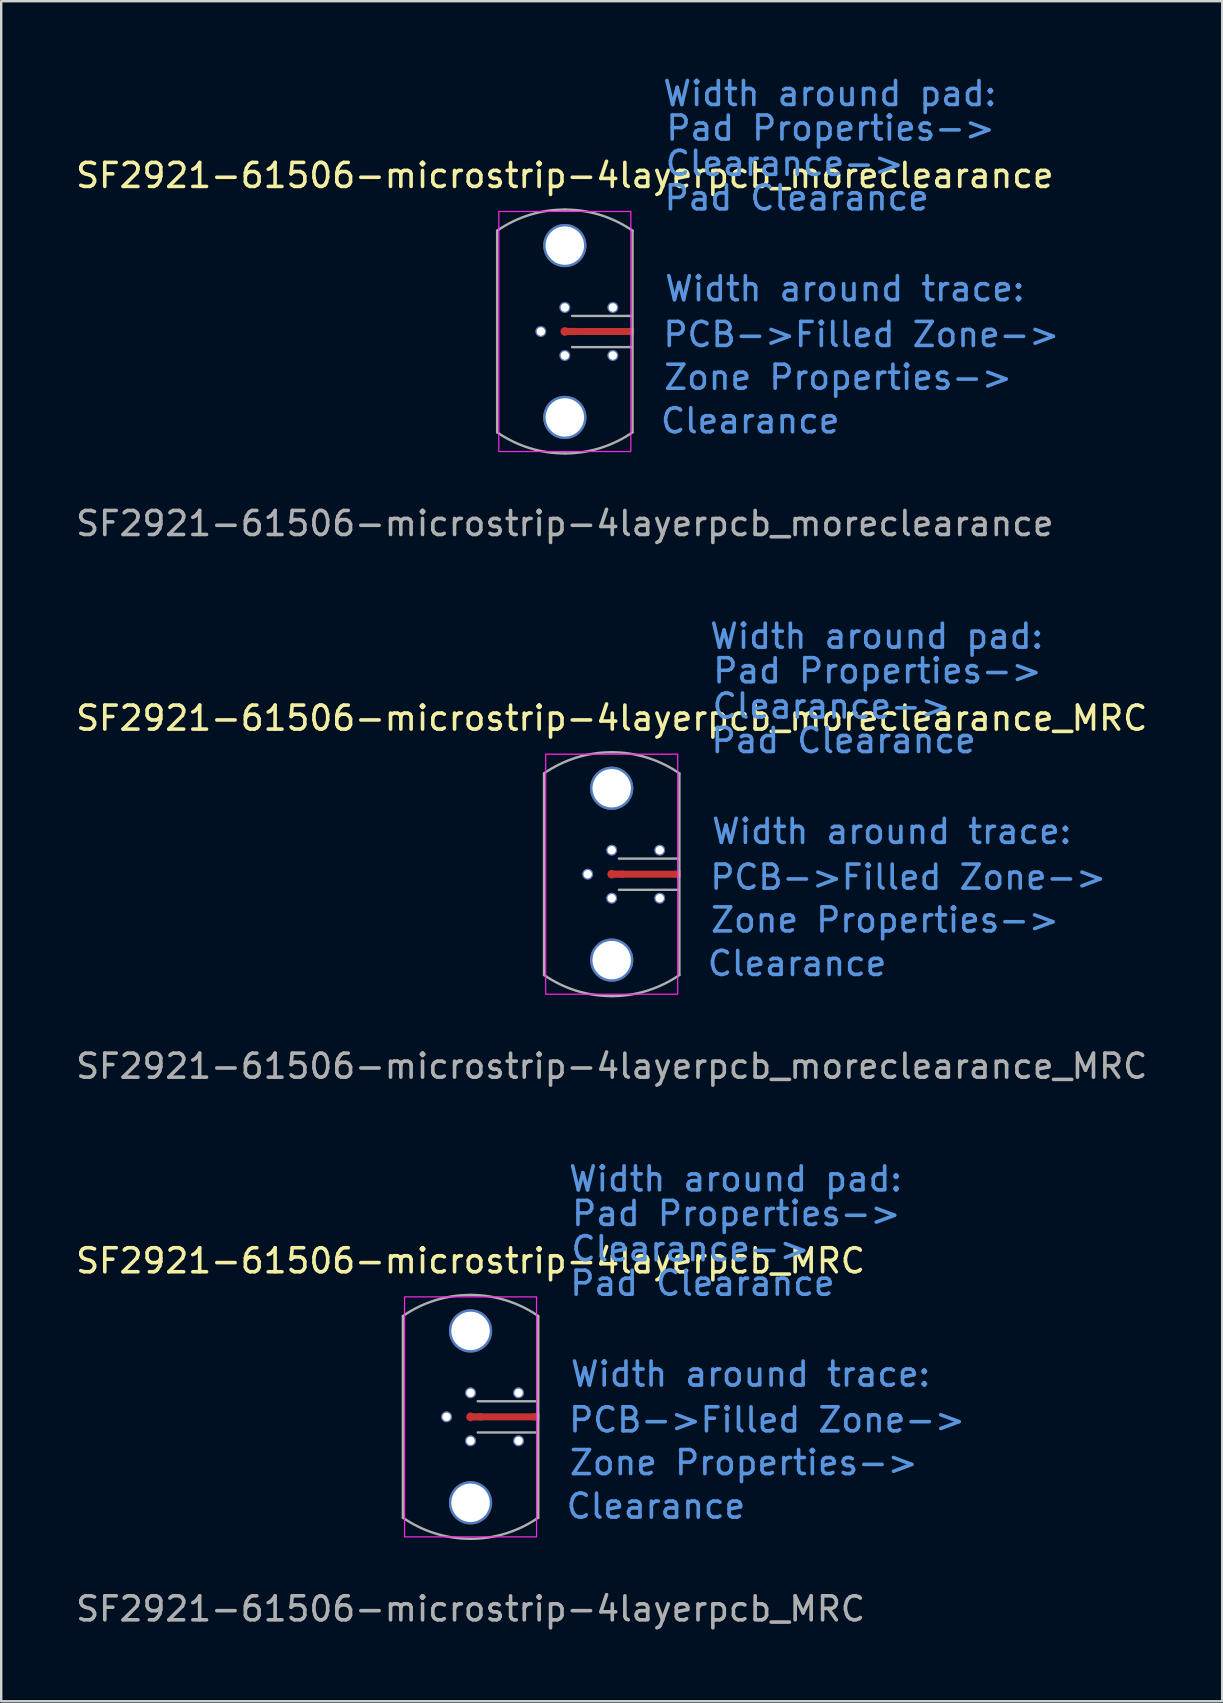
<source format=kicad_pcb>
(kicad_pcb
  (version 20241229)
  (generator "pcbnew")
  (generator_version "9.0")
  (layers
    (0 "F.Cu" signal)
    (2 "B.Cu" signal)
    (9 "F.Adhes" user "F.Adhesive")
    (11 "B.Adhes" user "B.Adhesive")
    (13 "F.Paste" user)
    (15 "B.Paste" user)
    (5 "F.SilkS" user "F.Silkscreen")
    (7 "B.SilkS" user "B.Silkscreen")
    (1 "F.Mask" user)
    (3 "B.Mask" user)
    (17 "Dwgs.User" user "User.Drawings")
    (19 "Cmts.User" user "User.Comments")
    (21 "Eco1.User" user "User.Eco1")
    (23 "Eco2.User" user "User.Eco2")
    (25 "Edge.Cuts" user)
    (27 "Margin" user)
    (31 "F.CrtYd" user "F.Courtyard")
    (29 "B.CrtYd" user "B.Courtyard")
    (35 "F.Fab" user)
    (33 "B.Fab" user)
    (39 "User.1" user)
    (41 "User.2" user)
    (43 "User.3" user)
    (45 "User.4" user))
  (footprint "SF2921-61506-microstrip-4layerpcb_moreclearance_MRC"
    (layer "F.Cu")
    (at 22.435 33.37)
    (property "Reference" "SF2921-61506-microstrip-4layerpcb_moreclearance_MRC" (at 0 -6.5 0) (unlocked yes) (layer "F.SilkS") (effects (font (size 1 1) (thickness 0.15))))
    (fp_poly (pts (xy -0.031 -0.031) (xy 2.846 -0.031) (xy 2.846 4.221) (xy 2.627 4.378) (xy 2.314 4.565) (xy 2.033 4.691) (xy 1.532 4.878) (xy 1.032 5.003) (xy 0.657 5.066) (xy 0.094 5.097) (xy -0.031 5.097)) (stroke (width 0.12) (type solid)) (fill yes) (layer "F.Mask"))
    (fp_poly (pts (xy -0.031 0.031) (xy 2.846 0.031) (xy 2.846 -4.221) (xy 2.627 -4.378) (xy 2.314 -4.565) (xy 2.033 -4.691) (xy 1.532 -4.878) (xy 1.032 -5.003) (xy 0.657 -5.066) (xy 0.094 -5.097) (xy -0.031 -5.097)) (stroke (width 0.12) (type solid)) (fill yes) (layer "F.Mask"))
    (fp_poly (pts (xy 0.031 -0.031) (xy -2.846 -0.031) (xy -2.846 4.221) (xy -2.627 4.378) (xy -2.314 4.565) (xy -2.033 4.691) (xy -1.532 4.878) (xy -1.032 5.003) (xy -0.657 5.066) (xy -0.094 5.097) (xy 0.031 5.097)) (stroke (width 0.12) (type solid)) (fill yes) (layer "F.Mask"))
    (fp_poly (pts (xy 0.031 0.031) (xy -2.846 0.031) (xy -2.846 -4.221) (xy -2.627 -4.378) (xy -2.314 -4.565) (xy -2.033 -4.691) (xy -1.532 -4.878) (xy -1.032 -5.003) (xy -0.657 -5.066) (xy -0.094 -5.097) (xy 0.031 -5.097)) (stroke (width 0.12) (type solid)) (fill yes) (layer "F.Mask"))
    (fp_poly (pts (xy -0.031 -0.031) (xy 2.846 -0.031) (xy 2.846 4.221) (xy 2.627 4.378) (xy 2.314 4.565) (xy 2.033 4.691) (xy 1.532 4.878) (xy 1.032 5.003) (xy 0.657 5.066) (xy 0.094 5.097) (xy -0.031 5.097)) (stroke (width 0.12) (type solid)) (fill yes) (layer "B.Mask"))
    (fp_poly (pts (xy -0.031 0.031) (xy 2.846 0.031) (xy 2.846 -4.221) (xy 2.627 -4.378) (xy 2.314 -4.565) (xy 2.033 -4.691) (xy 1.532 -4.878) (xy 1.032 -5.003) (xy 0.657 -5.066) (xy 0.094 -5.097) (xy -0.031 -5.097)) (stroke (width 0.12) (type solid)) (fill yes) (layer "B.Mask"))
    (fp_poly (pts (xy 0.031 -0.031) (xy -2.846 -0.031) (xy -2.846 4.221) (xy -2.627 4.378) (xy -2.314 4.565) (xy -2.033 4.691) (xy -1.532 4.878) (xy -1.032 5.003) (xy -0.657 5.066) (xy -0.094 5.097) (xy 0.031 5.097)) (stroke (width 0.12) (type solid)) (fill yes) (layer "B.Mask"))
    (fp_poly (pts (xy 0.031 0.031) (xy -2.846 0.031) (xy -2.846 -4.221) (xy -2.627 -4.378) (xy -2.314 -4.565) (xy -2.033 -4.691) (xy -1.532 -4.878) (xy -1.032 -5.003) (xy -0.657 -5.066) (xy -0.094 -5.097) (xy 0.031 -5.097)) (stroke (width 0.12) (type solid)) (fill yes) (layer "B.Mask"))
    (fp_rect (start -2.75 -5) (end 2.75 5) (stroke (width 0.05) (type solid)) (fill no) (layer "F.CrtYd"))
    (fp_line (start -2.82 4.2) (end -2.82 -4.2) (stroke (width 0.1) (type solid)) (layer "F.Fab"))
    (fp_line (start 2.8 -0.65) (end 0.3 -0.65) (stroke (width 0.1) (type solid)) (layer "F.Fab"))
    (fp_line (start 2.8 0.65) (end 0.3 0.65) (stroke (width 0.1) (type solid)) (layer "F.Fab"))
    (fp_line (start 2.82 4.2) (end 2.82 -4.2) (stroke (width 0.1) (type solid)) (layer "F.Fab"))
    (fp_arc (start -2.82 -4.2) (mid -1.477058 -4.85489) (end 0 -5.08) (stroke (width 0.1) (type solid)) (layer "F.Fab"))
    (fp_arc (start 0 -5.08) (mid 1.477058 -4.85489) (end 2.82 -4.2) (stroke (width 0.1) (type solid)) (layer "F.Fab"))
    (fp_arc (start 0 5.08) (mid -1.477058 4.85489) (end -2.82 4.2) (stroke (width 0.1) (type solid)) (layer "F.Fab"))
    (fp_arc (start 2.82 4.2) (mid 1.477058 4.85489) (end 0 5.08) (stroke (width 0.1) (type solid)) (layer "F.Fab"))
    (fp_text user "Width around pad:" (at 11.038 -9.913 0) (unlocked yes) (layer "Cmts.User") (effects (font (size 1 1) (thickness 0.15))))
    (fp_text user "Zone Properties->" (at 11.382 1.907 0) (unlocked yes) (layer "Cmts.User") (effects (font (size 1 1) (thickness 0.15))))
    (fp_text user "Pad Properties->" (at 11.07 -8.474 0) (unlocked yes) (layer "Cmts.User") (effects (font (size 1 1) (thickness 0.15))))
    (fp_text user "Clearance->" (at 9.162 -7.004 0) (unlocked yes) (layer "Cmts.User") (effects (font (size 1 1) (thickness 0.15))))
    (fp_text user "Pad Clearance" (at 9.662 -5.566 0) (unlocked yes) (layer "Cmts.User") (effects (font (size 1 1) (thickness 0.15))))
    (fp_text user "Clearance" (at 7.724 3.721 0) (unlocked yes) (layer "Cmts.User") (effects (font (size 1 1) (thickness 0.15))))
    (fp_text user "Width around trace:" (at 11.664 -1.782 0) (unlocked yes) (layer "Cmts.User") (effects (font (size 1 1) (thickness 0.15))))
    (fp_text user "PCB->Filled Zone->" (at 12.352 0.125 0) (unlocked yes) (layer "Cmts.User") (effects (font (size 1 1) (thickness 0.15))))
    (fp_text user "${REFERENCE}" (at 0 8 0) (unlocked yes) (layer "F.Fab") (effects (font (size 1 1) (thickness 0.15))))
    (pad "1" smd circle (at 0 0) (size 0.36 0.36) (layers "F.Cu" "F.Mask"))
    (pad "1" smd rect (at 0.3 0) (size 0.4 0.3) (layers "F.Cu" "F.Mask"))
    (pad "1" smd rect (at 1.6 0) (size 2.55 0.29) (layers "F.Cu" "F.Mask"))
    (pad "1" smd rect (at 2.7 0) (size 0.2 0.29) (layers "F.Cu" "F.Mask"))
    (pad "2" thru_hole circle (at -1 0) (size 0.45 0.45) (drill 0.35) (layers "*.Cu" "*.Mask") (remove_unused_layers yes) (keep_end_layers yes) (zone_layer_connections))
    (pad "2" thru_hole circle (at 0 -3.58) (size 1.8 1.8) (drill 1.6) (layers "*.Cu" "*.Mask") (remove_unused_layers yes) (keep_end_layers yes) (zone_layer_connections))
    (pad "2" thru_hole circle (at 0 -1) (size 0.45 0.45) (drill 0.35) (layers "*.Cu" "*.Mask") (remove_unused_layers yes) (keep_end_layers yes) (zone_layer_connections))
    (pad "2" thru_hole circle (at 0 1) (size 0.45 0.45) (drill 0.35) (layers "*.Cu" "*.Mask") (remove_unused_layers yes) (keep_end_layers yes) (zone_layer_connections))
    (pad "2" thru_hole circle (at 0 3.58) (size 1.8 1.8) (drill 1.6) (layers "*.Cu" "*.Mask") (remove_unused_layers yes) (keep_end_layers yes) (zone_layer_connections))
    (pad "2" thru_hole circle (at 2 -1) (size 0.45 0.45) (drill 0.35) (layers "*.Cu" "*.Mask") (remove_unused_layers yes) (keep_end_layers yes) (zone_layer_connections))
    (pad "2" thru_hole circle (at 2 1) (size 0.45 0.45) (drill 0.35) (layers "*.Cu" "*.Mask") (remove_unused_layers yes) (keep_end_layers yes) (zone_layer_connections)))
  (footprint "SF2921-61506-microstrip-4layerpcb_moreclearance"
    (layer "F.Cu")
    (at 20.482 10.761)
    (property "Reference" "SF2921-61506-microstrip-4layerpcb_moreclearance" (at 0 -6.5 0) (unlocked yes) (layer "F.SilkS") (effects (font (size 1 1) (thickness 0.15))))
    (fp_poly (pts (xy -0.031 -0.031) (xy 2.846 -0.031) (xy 2.846 4.221) (xy 2.627 4.378) (xy 2.314 4.565) (xy 2.033 4.691) (xy 1.532 4.878) (xy 1.032 5.003) (xy 0.657 5.066) (xy 0.094 5.097) (xy -0.031 5.097)) (stroke (width 0.12) (type solid)) (fill yes) (layer "F.Mask"))
    (fp_poly (pts (xy -0.031 0.031) (xy 2.846 0.031) (xy 2.846 -4.221) (xy 2.627 -4.378) (xy 2.314 -4.565) (xy 2.033 -4.691) (xy 1.532 -4.878) (xy 1.032 -5.003) (xy 0.657 -5.066) (xy 0.094 -5.097) (xy -0.031 -5.097)) (stroke (width 0.12) (type solid)) (fill yes) (layer "F.Mask"))
    (fp_poly (pts (xy 0.031 -0.031) (xy -2.846 -0.031) (xy -2.846 4.221) (xy -2.627 4.378) (xy -2.314 4.565) (xy -2.033 4.691) (xy -1.532 4.878) (xy -1.032 5.003) (xy -0.657 5.066) (xy -0.094 5.097) (xy 0.031 5.097)) (stroke (width 0.12) (type solid)) (fill yes) (layer "F.Mask"))
    (fp_poly (pts (xy 0.031 0.031) (xy -2.846 0.031) (xy -2.846 -4.221) (xy -2.627 -4.378) (xy -2.314 -4.565) (xy -2.033 -4.691) (xy -1.532 -4.878) (xy -1.032 -5.003) (xy -0.657 -5.066) (xy -0.094 -5.097) (xy 0.031 -5.097)) (stroke (width 0.12) (type solid)) (fill yes) (layer "F.Mask"))
    (fp_poly (pts (xy -0.031 -0.031) (xy 2.846 -0.031) (xy 2.846 4.221) (xy 2.627 4.378) (xy 2.314 4.565) (xy 2.033 4.691) (xy 1.532 4.878) (xy 1.032 5.003) (xy 0.657 5.066) (xy 0.094 5.097) (xy -0.031 5.097)) (stroke (width 0.12) (type solid)) (fill yes) (layer "B.Mask"))
    (fp_poly (pts (xy -0.031 0.031) (xy 2.846 0.031) (xy 2.846 -4.221) (xy 2.627 -4.378) (xy 2.314 -4.565) (xy 2.033 -4.691) (xy 1.532 -4.878) (xy 1.032 -5.003) (xy 0.657 -5.066) (xy 0.094 -5.097) (xy -0.031 -5.097)) (stroke (width 0.12) (type solid)) (fill yes) (layer "B.Mask"))
    (fp_poly (pts (xy 0.031 -0.031) (xy -2.846 -0.031) (xy -2.846 4.221) (xy -2.627 4.378) (xy -2.314 4.565) (xy -2.033 4.691) (xy -1.532 4.878) (xy -1.032 5.003) (xy -0.657 5.066) (xy -0.094 5.097) (xy 0.031 5.097)) (stroke (width 0.12) (type solid)) (fill yes) (layer "B.Mask"))
    (fp_poly (pts (xy 0.031 0.031) (xy -2.846 0.031) (xy -2.846 -4.221) (xy -2.627 -4.378) (xy -2.314 -4.565) (xy -2.033 -4.691) (xy -1.532 -4.878) (xy -1.032 -5.003) (xy -0.657 -5.066) (xy -0.094 -5.097) (xy 0.031 -5.097)) (stroke (width 0.12) (type solid)) (fill yes) (layer "B.Mask"))
    (fp_rect (start -2.75 -5) (end 2.75 5) (stroke (width 0.05) (type solid)) (fill no) (layer "F.CrtYd"))
    (fp_line (start -2.82 4.2) (end -2.82 -4.2) (stroke (width 0.1) (type solid)) (layer "F.Fab"))
    (fp_line (start 2.8 -0.65) (end 0.3 -0.65) (stroke (width 0.1) (type solid)) (layer "F.Fab"))
    (fp_line (start 2.8 0.65) (end 0.3 0.65) (stroke (width 0.1) (type solid)) (layer "F.Fab"))
    (fp_line (start 2.82 4.2) (end 2.82 -4.2) (stroke (width 0.1) (type solid)) (layer "F.Fab"))
    (fp_arc (start -2.82 -4.2) (mid -1.477058 -4.85489) (end 0 -5.08) (stroke (width 0.1) (type solid)) (layer "F.Fab"))
    (fp_arc (start 0 -5.08) (mid 1.477058 -4.85489) (end 2.82 -4.2) (stroke (width 0.1) (type solid)) (layer "F.Fab"))
    (fp_arc (start 0 5.08) (mid -1.477058 4.85489) (end -2.82 4.2) (stroke (width 0.1) (type solid)) (layer "F.Fab"))
    (fp_arc (start 2.82 4.2) (mid 1.477058 4.85489) (end 0 5.08) (stroke (width 0.1) (type solid)) (layer "F.Fab"))
    (fp_text user "Pad Properties->" (at 11.07 -8.474 0) (unlocked yes) (layer "Cmts.User") (effects (font (size 1 1) (thickness 0.15))))
    (fp_text user "Pad Clearance" (at 9.662 -5.566 0) (unlocked yes) (layer "Cmts.User") (effects (font (size 1 1) (thickness 0.15))))
    (fp_text user "Width around trace:" (at 11.664 -1.782 0) (unlocked yes) (layer "Cmts.User") (effects (font (size 1 1) (thickness 0.15))))
    (fp_text user "PCB->Filled Zone->" (at 12.352 0.125 0) (unlocked yes) (layer "Cmts.User") (effects (font (size 1 1) (thickness 0.15))))
    (fp_text user "Width around pad:" (at 11.038 -9.913 0) (unlocked yes) (layer "Cmts.User") (effects (font (size 1 1) (thickness 0.15))))
    (fp_text user "Zone Properties->" (at 11.382 1.907 0) (unlocked yes) (layer "Cmts.User") (effects (font (size 1 1) (thickness 0.15))))
    (fp_text user "Clearance->" (at 9.162 -7.004 0) (unlocked yes) (layer "Cmts.User") (effects (font (size 1 1) (thickness 0.15))))
    (fp_text user "Clearance" (at 7.724 3.721 0) (unlocked yes) (layer "Cmts.User") (effects (font (size 1 1) (thickness 0.15))))
    (fp_text user "${REFERENCE}" (at 0 8 0) (unlocked yes) (layer "F.Fab") (effects (font (size 1 1) (thickness 0.15))))
    (pad "1" smd circle (at 0 0) (size 0.36 0.36) (layers "F.Cu" "F.Mask"))
    (pad "1" smd rect (at 0.3 0) (size 0.4 0.3) (layers "F.Cu" "F.Mask"))
    (pad "1" smd rect (at 1.6 0) (size 2.55 0.29) (layers "F.Cu" "F.Mask"))
    (pad "1" smd rect (at 2.7 0) (size 0.2 0.29) (layers "F.Cu" "F.Mask"))
    (pad "2" thru_hole circle (at -1 0) (size 0.45 0.45) (drill 0.35) (layers "*.Cu" "*.Mask") (remove_unused_layers yes) (keep_end_layers yes) (zone_layer_connections))
    (pad "2" thru_hole circle (at 0 -3.58) (size 1.8 1.8) (drill 1.6) (layers "*.Cu" "*.Mask") (remove_unused_layers yes) (keep_end_layers yes) (zone_layer_connections))
    (pad "2" thru_hole circle (at 0 -1) (size 0.45 0.45) (drill 0.35) (layers "*.Cu" "*.Mask") (remove_unused_layers yes) (keep_end_layers yes) (zone_layer_connections))
    (pad "2" thru_hole circle (at 0 1) (size 0.45 0.45) (drill 0.35) (layers "*.Cu" "*.Mask") (remove_unused_layers yes) (keep_end_layers yes) (zone_layer_connections))
    (pad "2" thru_hole circle (at 0 3.58) (size 1.8 1.8) (drill 1.6) (layers "*.Cu" "*.Mask") (remove_unused_layers yes) (keep_end_layers yes) (zone_layer_connections))
    (pad "2" thru_hole circle (at 2 -1) (size 0.45 0.45) (drill 0.35) (layers "*.Cu" "*.Mask") (remove_unused_layers yes) (keep_end_layers yes) (zone_layer_connections))
    (pad "2" thru_hole circle (at 2 1) (size 0.45 0.45) (drill 0.35) (layers "*.Cu" "*.Mask") (remove_unused_layers yes) (keep_end_layers yes) (zone_layer_connections)))
  (footprint "SF2921-61506-microstrip-4layerpcb_MRC"
    (layer "F.Cu")
    (at 16.554 55.979)
    (property "Reference" "SF2921-61506-microstrip-4layerpcb_MRC" (at 0 -6.5 0) (unlocked yes) (layer "F.SilkS") (effects (font (size 1 1) (thickness 0.15))))
    (fp_poly (pts (xy -0.031 -0.031) (xy 2.846 -0.031) (xy 2.846 4.221) (xy 2.627 4.378) (xy 2.314 4.565) (xy 2.033 4.691) (xy 1.532 4.878) (xy 1.032 5.003) (xy 0.657 5.066) (xy 0.094 5.097) (xy -0.031 5.097)) (stroke (width 0.12) (type solid)) (fill yes) (layer "F.Mask"))
    (fp_poly (pts (xy -0.031 0.031) (xy 2.846 0.031) (xy 2.846 -4.221) (xy 2.627 -4.378) (xy 2.314 -4.565) (xy 2.033 -4.691) (xy 1.532 -4.878) (xy 1.032 -5.003) (xy 0.657 -5.066) (xy 0.094 -5.097) (xy -0.031 -5.097)) (stroke (width 0.12) (type solid)) (fill yes) (layer "F.Mask"))
    (fp_poly (pts (xy 0.031 -0.031) (xy -2.846 -0.031) (xy -2.846 4.221) (xy -2.627 4.378) (xy -2.314 4.565) (xy -2.033 4.691) (xy -1.532 4.878) (xy -1.032 5.003) (xy -0.657 5.066) (xy -0.094 5.097) (xy 0.031 5.097)) (stroke (width 0.12) (type solid)) (fill yes) (layer "F.Mask"))
    (fp_poly (pts (xy 0.031 0.031) (xy -2.846 0.031) (xy -2.846 -4.221) (xy -2.627 -4.378) (xy -2.314 -4.565) (xy -2.033 -4.691) (xy -1.532 -4.878) (xy -1.032 -5.003) (xy -0.657 -5.066) (xy -0.094 -5.097) (xy 0.031 -5.097)) (stroke (width 0.12) (type solid)) (fill yes) (layer "F.Mask"))
    (fp_poly (pts (xy -0.031 -0.031) (xy 2.846 -0.031) (xy 2.846 4.221) (xy 2.627 4.378) (xy 2.314 4.565) (xy 2.033 4.691) (xy 1.532 4.878) (xy 1.032 5.003) (xy 0.657 5.066) (xy 0.094 5.097) (xy -0.031 5.097)) (stroke (width 0.12) (type solid)) (fill yes) (layer "B.Mask"))
    (fp_poly (pts (xy -0.031 0.031) (xy 2.846 0.031) (xy 2.846 -4.221) (xy 2.627 -4.378) (xy 2.314 -4.565) (xy 2.033 -4.691) (xy 1.532 -4.878) (xy 1.032 -5.003) (xy 0.657 -5.066) (xy 0.094 -5.097) (xy -0.031 -5.097)) (stroke (width 0.12) (type solid)) (fill yes) (layer "B.Mask"))
    (fp_poly (pts (xy 0.031 -0.031) (xy -2.846 -0.031) (xy -2.846 4.221) (xy -2.627 4.378) (xy -2.314 4.565) (xy -2.033 4.691) (xy -1.532 4.878) (xy -1.032 5.003) (xy -0.657 5.066) (xy -0.094 5.097) (xy 0.031 5.097)) (stroke (width 0.12) (type solid)) (fill yes) (layer "B.Mask"))
    (fp_poly (pts (xy 0.031 0.031) (xy -2.846 0.031) (xy -2.846 -4.221) (xy -2.627 -4.378) (xy -2.314 -4.565) (xy -2.033 -4.691) (xy -1.532 -4.878) (xy -1.032 -5.003) (xy -0.657 -5.066) (xy -0.094 -5.097) (xy 0.031 -5.097)) (stroke (width 0.12) (type solid)) (fill yes) (layer "B.Mask"))
    (fp_rect (start -2.75 -5) (end 2.75 5) (stroke (width 0.05) (type solid)) (fill no) (layer "F.CrtYd"))
    (fp_line (start -2.82 4.2) (end -2.82 -4.2) (stroke (width 0.1) (type solid)) (layer "F.Fab"))
    (fp_line (start 2.8 -0.65) (end 0.3 -0.65) (stroke (width 0.1) (type solid)) (layer "F.Fab"))
    (fp_line (start 2.8 0.65) (end 0.3 0.65) (stroke (width 0.1) (type solid)) (layer "F.Fab"))
    (fp_line (start 2.82 4.2) (end 2.82 -4.2) (stroke (width 0.1) (type solid)) (layer "F.Fab"))
    (fp_arc (start -2.82 -4.2) (mid -1.477058 -4.85489) (end 0 -5.08) (stroke (width 0.1) (type solid)) (layer "F.Fab"))
    (fp_arc (start 0 -5.08) (mid 1.477058 -4.85489) (end 2.82 -4.2) (stroke (width 0.1) (type solid)) (layer "F.Fab"))
    (fp_arc (start 0 5.08) (mid -1.477058 4.85489) (end -2.82 4.2) (stroke (width 0.1) (type solid)) (layer "F.Fab"))
    (fp_arc (start 2.82 4.2) (mid 1.477058 4.85489) (end 0 5.08) (stroke (width 0.1) (type solid)) (layer "F.Fab"))
    (fp_text user "Zone Properties->" (at 11.382 1.907 0) (unlocked yes) (layer "Cmts.User") (effects (font (size 1 1) (thickness 0.15))))
    (fp_text user "Clearance->" (at 9.162 -7.004 0) (unlocked yes) (layer "Cmts.User") (effects (font (size 1 1) (thickness 0.15))))
    (fp_text user "Width around pad:" (at 11.038 -9.913 0) (unlocked yes) (layer "Cmts.User") (effects (font (size 1 1) (thickness 0.15))))
    (fp_text user "PCB->Filled Zone->" (at 12.352 0.125 0) (unlocked yes) (layer "Cmts.User") (effects (font (size 1 1) (thickness 0.15))))
    (fp_text user "Clearance" (at 7.724 3.721 0) (unlocked yes) (layer "Cmts.User") (effects (font (size 1 1) (thickness 0.15))))
    (fp_text user "Pad Properties->" (at 11.07 -8.474 0) (unlocked yes) (layer "Cmts.User") (effects (font (size 1 1) (thickness 0.15))))
    (fp_text user "Width around trace:" (at 11.664 -1.782 0) (unlocked yes) (layer "Cmts.User") (effects (font (size 1 1) (thickness 0.15))))
    (fp_text user "Pad Clearance" (at 9.662 -5.566 0) (unlocked yes) (layer "Cmts.User") (effects (font (size 1 1) (thickness 0.15))))
    (fp_text user "${REFERENCE}" (at 0 8 0) (unlocked yes) (layer "F.Fab") (effects (font (size 1 1) (thickness 0.15))))
    (pad "1" smd circle (at 0 0) (size 0.36 0.36) (layers "F.Cu" "F.Mask"))
    (pad "1" smd rect (at 0.3 0) (size 0.4 0.3) (layers "F.Cu" "F.Mask"))
    (pad "1" smd rect (at 1.6 0) (size 2.55 0.29) (layers "F.Cu" "F.Mask"))
    (pad "1" smd rect (at 2.7 0) (size 0.2 0.29) (layers "F.Cu" "F.Mask"))
    (pad "2" thru_hole circle (at -1 0) (size 0.45 0.45) (drill 0.35) (layers "*.Cu" "*.Mask") (remove_unused_layers yes) (keep_end_layers yes) (zone_layer_connections))
    (pad "2" thru_hole circle (at 0 -3.58) (size 1.8 1.8) (drill 1.6) (layers "*.Cu" "*.Mask") (remove_unused_layers yes) (keep_end_layers yes) (zone_layer_connections))
    (pad "2" thru_hole circle (at 0 -1) (size 0.45 0.45) (drill 0.35) (layers "*.Cu" "*.Mask") (remove_unused_layers yes) (keep_end_layers yes) (zone_layer_connections))
    (pad "2" thru_hole circle (at 0 1) (size 0.45 0.45) (drill 0.35) (layers "*.Cu" "*.Mask") (remove_unused_layers yes) (keep_end_layers yes) (zone_layer_connections))
    (pad "2" thru_hole circle (at 0 3.58) (size 1.8 1.8) (drill 1.6) (layers "*.Cu" "*.Mask") (remove_unused_layers yes) (keep_end_layers yes) (zone_layer_connections))
    (pad "2" thru_hole circle (at 2 -1) (size 0.45 0.45) (drill 0.35) (layers "*.Cu" "*.Mask") (remove_unused_layers yes) (keep_end_layers yes) (zone_layer_connections))
    (pad "2" thru_hole circle (at 2 1) (size 0.45 0.45) (drill 0.35) (layers "*.Cu" "*.Mask") (remove_unused_layers yes) (keep_end_layers yes) (zone_layer_connections)))
  (gr_rect
    (start -3 -3)
    (end 47.869 67.827)
    (stroke (width 0.1) (type default))
    (fill no)
    (layer "Edge.Cuts")))
</source>
